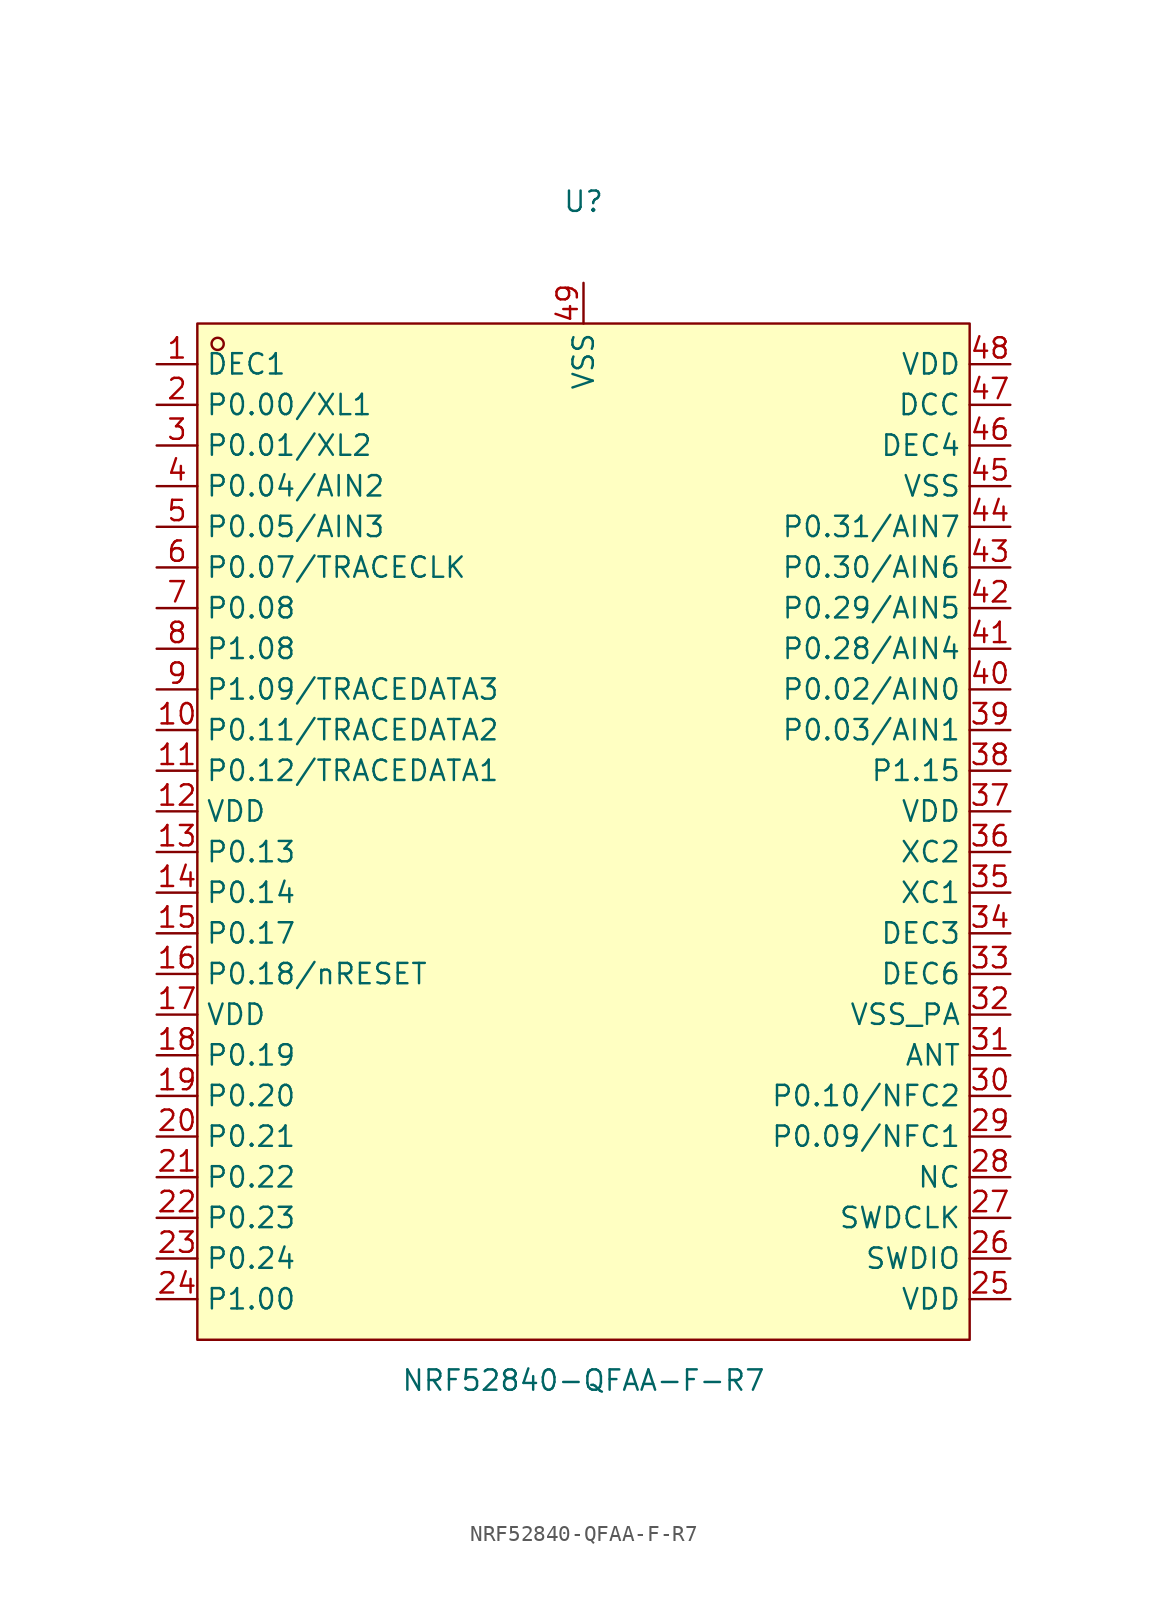
<source format=kicad_sym>
(kicad_symbol_lib
  (version 20211014)
  (generator https://github.com/uPesy/easyeda2kicad.py)
  (symbol "NRF52840-QFAA-F-R7"
    (property "Reference" "U"
      (at 0 39.37 0)
      (effects (font (size 1.27 1.27))))
    (property "Value" "NRF52840-QFAA-F-R7"
      (at 0 -34.29 0)
      (effects (font (size 1.27 1.27))))
    (symbol "NRF52840-QFAA-F-R7_0_1"
      (rectangle (start -24.13 31.75) (end 24.13 -31.75) (stroke (width 0) (type default) (color 0 0 0 0)) (fill (type background)))
      (circle (center -22.86 30.48) (radius 0.38) (stroke (width 0) (type default) (color 0 0 0 0)) (fill (type none)))
      (pin unspecified line (at -26.67 29.21 0) (length 2.54) (name "DEC1" (effects (font (size 1.27 1.27)))) (number "1" (effects (font (size 1.27 1.27)))))
      (pin unspecified line (at -26.67 26.67 0) (length 2.54) (name "P0.00/XL1" (effects (font (size 1.27 1.27)))) (number "2" (effects (font (size 1.27 1.27)))))
      (pin unspecified line (at -26.67 24.13 0) (length 2.54) (name "P0.01/XL2" (effects (font (size 1.27 1.27)))) (number "3" (effects (font (size 1.27 1.27)))))
      (pin unspecified line (at -26.67 21.59 0) (length 2.54) (name "P0.04/AIN2" (effects (font (size 1.27 1.27)))) (number "4" (effects (font (size 1.27 1.27)))))
      (pin unspecified line (at -26.67 19.05 0) (length 2.54) (name "P0.05/AIN3" (effects (font (size 1.27 1.27)))) (number "5" (effects (font (size 1.27 1.27)))))
      (pin unspecified line (at -26.67 16.51 0) (length 2.54) (name "P0.07/TRACECLK" (effects (font (size 1.27 1.27)))) (number "6" (effects (font (size 1.27 1.27)))))
      (pin unspecified line (at -26.67 13.97 0) (length 2.54) (name "P0.08" (effects (font (size 1.27 1.27)))) (number "7" (effects (font (size 1.27 1.27)))))
      (pin unspecified line (at -26.67 11.43 0) (length 2.54) (name "P1.08" (effects (font (size 1.27 1.27)))) (number "8" (effects (font (size 1.27 1.27)))))
      (pin unspecified line (at -26.67 8.89 0) (length 2.54) (name "P1.09/TRACEDATA3" (effects (font (size 1.27 1.27)))) (number "9" (effects (font (size 1.27 1.27)))))
      (pin unspecified line (at -26.67 6.35 0) (length 2.54) (name "P0.11/TRACEDATA2" (effects (font (size 1.27 1.27)))) (number "10" (effects (font (size 1.27 1.27)))))
      (pin unspecified line (at -26.67 3.81 0) (length 2.54) (name "P0.12/TRACEDATA1" (effects (font (size 1.27 1.27)))) (number "11" (effects (font (size 1.27 1.27)))))
      (pin unspecified line (at -26.67 1.27 0) (length 2.54) (name "VDD" (effects (font (size 1.27 1.27)))) (number "12" (effects (font (size 1.27 1.27)))))
      (pin unspecified line (at -26.67 -1.27 0) (length 2.54) (name "P0.13" (effects (font (size 1.27 1.27)))) (number "13" (effects (font (size 1.27 1.27)))))
      (pin unspecified line (at -26.67 -3.81 0) (length 2.54) (name "P0.14" (effects (font (size 1.27 1.27)))) (number "14" (effects (font (size 1.27 1.27)))))
      (pin unspecified line (at -26.67 -6.35 0) (length 2.54) (name "P0.17" (effects (font (size 1.27 1.27)))) (number "15" (effects (font (size 1.27 1.27)))))
      (pin unspecified line (at -26.67 -8.89 0) (length 2.54) (name "P0.18/nRESET" (effects (font (size 1.27 1.27)))) (number "16" (effects (font (size 1.27 1.27)))))
      (pin unspecified line (at -26.67 -11.43 0) (length 2.54) (name "VDD" (effects (font (size 1.27 1.27)))) (number "17" (effects (font (size 1.27 1.27)))))
      (pin unspecified line (at -26.67 -13.97 0) (length 2.54) (name "P0.19" (effects (font (size 1.27 1.27)))) (number "18" (effects (font (size 1.27 1.27)))))
      (pin unspecified line (at -26.67 -16.51 0) (length 2.54) (name "P0.20" (effects (font (size 1.27 1.27)))) (number "19" (effects (font (size 1.27 1.27)))))
      (pin unspecified line (at -26.67 -19.05 0) (length 2.54) (name "P0.21" (effects (font (size 1.27 1.27)))) (number "20" (effects (font (size 1.27 1.27)))))
      (pin unspecified line (at -26.67 -21.59 0) (length 2.54) (name "P0.22" (effects (font (size 1.27 1.27)))) (number "21" (effects (font (size 1.27 1.27)))))
      (pin unspecified line (at -26.67 -24.13 0) (length 2.54) (name "P0.23" (effects (font (size 1.27 1.27)))) (number "22" (effects (font (size 1.27 1.27)))))
      (pin unspecified line (at -26.67 -26.67 0) (length 2.54) (name "P0.24" (effects (font (size 1.27 1.27)))) (number "23" (effects (font (size 1.27 1.27)))))
      (pin unspecified line (at -26.67 -29.21 0) (length 2.54) (name "P1.00" (effects (font (size 1.27 1.27)))) (number "24" (effects (font (size 1.27 1.27)))))
      (pin unspecified line (at 26.67 -29.21 180) (length 2.54) (name "VDD" (effects (font (size 1.27 1.27)))) (number "25" (effects (font (size 1.27 1.27)))))
      (pin unspecified line (at 26.67 -26.67 180) (length 2.54) (name "SWDIO" (effects (font (size 1.27 1.27)))) (number "26" (effects (font (size 1.27 1.27)))))
      (pin unspecified line (at 26.67 -24.13 180) (length 2.54) (name "SWDCLK" (effects (font (size 1.27 1.27)))) (number "27" (effects (font (size 1.27 1.27)))))
      (pin unspecified line (at 26.67 -21.59 180) (length 2.54) (name "NC" (effects (font (size 1.27 1.27)))) (number "28" (effects (font (size 1.27 1.27)))))
      (pin unspecified line (at 26.67 -19.05 180) (length 2.54) (name "P0.09/NFC1" (effects (font (size 1.27 1.27)))) (number "29" (effects (font (size 1.27 1.27)))))
      (pin unspecified line (at 26.67 -16.51 180) (length 2.54) (name "P0.10/NFC2" (effects (font (size 1.27 1.27)))) (number "30" (effects (font (size 1.27 1.27)))))
      (pin unspecified line (at 26.67 -13.97 180) (length 2.54) (name "ANT" (effects (font (size 1.27 1.27)))) (number "31" (effects (font (size 1.27 1.27)))))
      (pin unspecified line (at 26.67 -11.43 180) (length 2.54) (name "VSS_PA" (effects (font (size 1.27 1.27)))) (number "32" (effects (font (size 1.27 1.27)))))
      (pin unspecified line (at 26.67 -8.89 180) (length 2.54) (name "DEC6" (effects (font (size 1.27 1.27)))) (number "33" (effects (font (size 1.27 1.27)))))
      (pin unspecified line (at 26.67 -6.35 180) (length 2.54) (name "DEC3" (effects (font (size 1.27 1.27)))) (number "34" (effects (font (size 1.27 1.27)))))
      (pin unspecified line (at 26.67 -3.81 180) (length 2.54) (name "XC1" (effects (font (size 1.27 1.27)))) (number "35" (effects (font (size 1.27 1.27)))))
      (pin unspecified line (at 26.67 -1.27 180) (length 2.54) (name "XC2" (effects (font (size 1.27 1.27)))) (number "36" (effects (font (size 1.27 1.27)))))
      (pin unspecified line (at 26.67 1.27 180) (length 2.54) (name "VDD" (effects (font (size 1.27 1.27)))) (number "37" (effects (font (size 1.27 1.27)))))
      (pin unspecified line (at 26.67 3.81 180) (length 2.54) (name "P1.15" (effects (font (size 1.27 1.27)))) (number "38" (effects (font (size 1.27 1.27)))))
      (pin unspecified line (at 26.67 6.35 180) (length 2.54) (name "P0.03/AIN1" (effects (font (size 1.27 1.27)))) (number "39" (effects (font (size 1.27 1.27)))))
      (pin unspecified line (at 26.67 8.89 180) (length 2.54) (name "P0.02/AIN0" (effects (font (size 1.27 1.27)))) (number "40" (effects (font (size 1.27 1.27)))))
      (pin unspecified line (at 26.67 11.43 180) (length 2.54) (name "P0.28/AIN4" (effects (font (size 1.27 1.27)))) (number "41" (effects (font (size 1.27 1.27)))))
      (pin unspecified line (at 26.67 13.97 180) (length 2.54) (name "P0.29/AIN5" (effects (font (size 1.27 1.27)))) (number "42" (effects (font (size 1.27 1.27)))))
      (pin unspecified line (at 26.67 16.51 180) (length 2.54) (name "P0.30/AIN6" (effects (font (size 1.27 1.27)))) (number "43" (effects (font (size 1.27 1.27)))))
      (pin unspecified line (at 26.67 19.05 180) (length 2.54) (name "P0.31/AIN7" (effects (font (size 1.27 1.27)))) (number "44" (effects (font (size 1.27 1.27)))))
      (pin unspecified line (at 26.67 21.59 180) (length 2.54) (name "VSS" (effects (font (size 1.27 1.27)))) (number "45" (effects (font (size 1.27 1.27)))))
      (pin unspecified line (at 26.67 24.13 180) (length 2.54) (name "DEC4" (effects (font (size 1.27 1.27)))) (number "46" (effects (font (size 1.27 1.27)))))
      (pin unspecified line (at 26.67 26.67 180) (length 2.54) (name "DCC" (effects (font (size 1.27 1.27)))) (number "47" (effects (font (size 1.27 1.27)))))
      (pin unspecified line (at 26.67 29.21 180) (length 2.54) (name "VDD" (effects (font (size 1.27 1.27)))) (number "48" (effects (font (size 1.27 1.27)))))
      (pin unspecified line (at 0.00 34.29 270) (length 2.54) (name "VSS" (effects (font (size 1.27 1.27)))) (number "49" (effects (font (size 1.27 1.27))))))))
</source>
